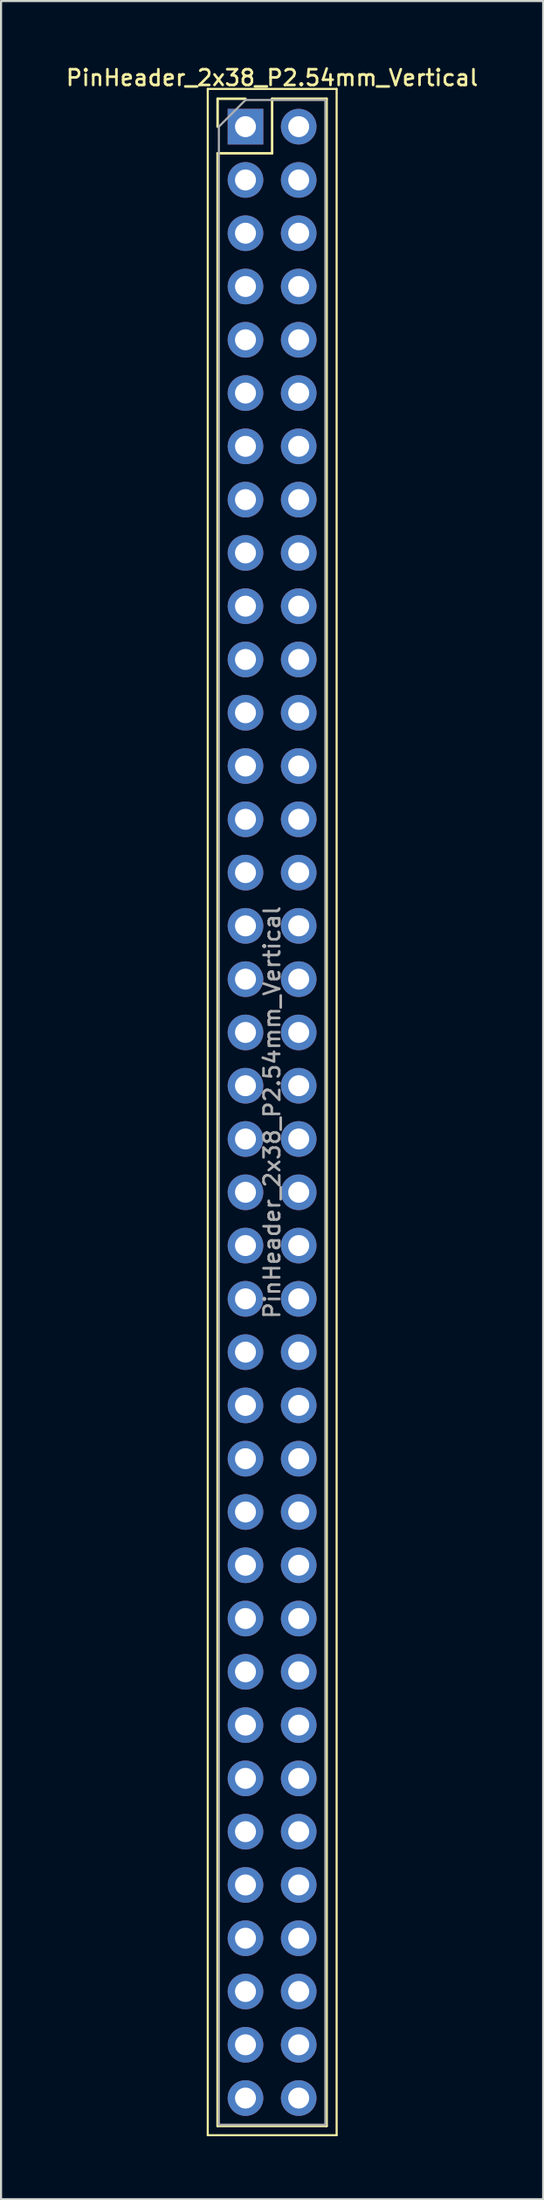
<source format=kicad_pcb>
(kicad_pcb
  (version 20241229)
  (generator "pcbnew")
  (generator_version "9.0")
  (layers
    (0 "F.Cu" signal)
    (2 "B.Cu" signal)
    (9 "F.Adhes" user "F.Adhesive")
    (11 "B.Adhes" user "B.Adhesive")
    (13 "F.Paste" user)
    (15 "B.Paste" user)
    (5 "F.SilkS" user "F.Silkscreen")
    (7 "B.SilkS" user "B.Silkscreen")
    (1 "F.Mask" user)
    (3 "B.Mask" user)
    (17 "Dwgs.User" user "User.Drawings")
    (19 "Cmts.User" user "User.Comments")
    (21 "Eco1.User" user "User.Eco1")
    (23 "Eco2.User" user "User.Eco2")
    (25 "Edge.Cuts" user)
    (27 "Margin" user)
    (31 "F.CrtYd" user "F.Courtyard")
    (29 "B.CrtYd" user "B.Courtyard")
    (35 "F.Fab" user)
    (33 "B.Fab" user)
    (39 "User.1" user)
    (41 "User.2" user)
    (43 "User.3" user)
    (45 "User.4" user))
  (footprint "PinHeader_2x38_P2.54mm_Vertical"
    (layer "F.Cu")
    (at 8.664 2.988)
    (property "Reference" "PinHeader_2x38_P2.54mm_Vertical" (at 1.27 -2.33 0) (layer "F.SilkS") (effects (font (size 0.75 0.75) (thickness 0.125))))
    (attr through_hole)
    (fp_line (start -1.8 -1.8) (end -1.8 95.75) (stroke (width 0.1) (type solid)) (layer "F.SilkS"))
    (fp_line (start -1.8 95.75) (end 4.35 95.75) (stroke (width 0.1) (type solid)) (layer "F.SilkS"))
    (fp_line (start -1.33 -1.33) (end 0 -1.33) (stroke (width 0.12) (type solid)) (layer "F.SilkS"))
    (fp_line (start -1.33 0) (end -1.33 -1.33) (stroke (width 0.12) (type solid)) (layer "F.SilkS"))
    (fp_line (start -1.33 1.27) (end -1.33 95.31) (stroke (width 0.12) (type solid)) (layer "F.SilkS"))
    (fp_line (start -1.33 1.27) (end 1.27 1.27) (stroke (width 0.12) (type solid)) (layer "F.SilkS"))
    (fp_line (start -1.33 95.31) (end 3.87 95.31) (stroke (width 0.12) (type solid)) (layer "F.SilkS"))
    (fp_line (start 1.27 -1.33) (end 3.87 -1.33) (stroke (width 0.12) (type solid)) (layer "F.SilkS"))
    (fp_line (start 1.27 1.27) (end 1.27 -1.33) (stroke (width 0.12) (type solid)) (layer "F.SilkS"))
    (fp_line (start 3.87 -1.33) (end 3.87 95.31) (stroke (width 0.12) (type solid)) (layer "F.SilkS"))
    (fp_line (start 4.35 -1.8) (end -1.8 -1.8) (stroke (width 0.1) (type solid)) (layer "F.SilkS"))
    (fp_line (start 4.35 95.75) (end 4.35 -1.8) (stroke (width 0.1) (type solid)) (layer "F.SilkS"))
    (fp_line (start -1.27 0) (end 0 -1.27) (stroke (width 0.1) (type solid)) (layer "F.Fab"))
    (fp_line (start -1.27 95.25) (end -1.27 0) (stroke (width 0.1) (type solid)) (layer "F.Fab"))
    (fp_line (start 0 -1.27) (end 3.81 -1.27) (stroke (width 0.1) (type solid)) (layer "F.Fab"))
    (fp_line (start 3.81 -1.27) (end 3.81 95.25) (stroke (width 0.1) (type solid)) (layer "F.Fab"))
    (fp_line (start 3.81 95.25) (end -1.27 95.25) (stroke (width 0.1) (type solid)) (layer "F.Fab"))
    (fp_text user "${REFERENCE}" (at 1.27 46.99 90) (layer "F.Fab") (effects (font (size 0.75 0.75) (thickness 0.125))))
    (pad "1" thru_hole rect (at 0 0) (size 1.7 1.7) (drill 1) (layers "*.Cu" "*.Mask"))
    (pad "2" thru_hole oval (at 2.54 0) (size 1.7 1.7) (drill 1) (layers "*.Cu" "*.Mask"))
    (pad "3" thru_hole oval (at 0 2.54) (size 1.7 1.7) (drill 1) (layers "*.Cu" "*.Mask"))
    (pad "4" thru_hole oval (at 2.54 2.54) (size 1.7 1.7) (drill 1) (layers "*.Cu" "*.Mask"))
    (pad "5" thru_hole oval (at 0 5.08) (size 1.7 1.7) (drill 1) (layers "*.Cu" "*.Mask"))
    (pad "6" thru_hole oval (at 2.54 5.08) (size 1.7 1.7) (drill 1) (layers "*.Cu" "*.Mask"))
    (pad "7" thru_hole oval (at 0 7.62) (size 1.7 1.7) (drill 1) (layers "*.Cu" "*.Mask"))
    (pad "8" thru_hole oval (at 2.54 7.62) (size 1.7 1.7) (drill 1) (layers "*.Cu" "*.Mask"))
    (pad "9" thru_hole oval (at 0 10.16) (size 1.7 1.7) (drill 1) (layers "*.Cu" "*.Mask"))
    (pad "10" thru_hole oval (at 2.54 10.16) (size 1.7 1.7) (drill 1) (layers "*.Cu" "*.Mask"))
    (pad "11" thru_hole oval (at 0 12.7) (size 1.7 1.7) (drill 1) (layers "*.Cu" "*.Mask"))
    (pad "12" thru_hole oval (at 2.54 12.7) (size 1.7 1.7) (drill 1) (layers "*.Cu" "*.Mask"))
    (pad "13" thru_hole oval (at 0 15.24) (size 1.7 1.7) (drill 1) (layers "*.Cu" "*.Mask"))
    (pad "14" thru_hole oval (at 2.54 15.24) (size 1.7 1.7) (drill 1) (layers "*.Cu" "*.Mask"))
    (pad "15" thru_hole oval (at 0 17.78) (size 1.7 1.7) (drill 1) (layers "*.Cu" "*.Mask"))
    (pad "16" thru_hole oval (at 2.54 17.78) (size 1.7 1.7) (drill 1) (layers "*.Cu" "*.Mask"))
    (pad "17" thru_hole oval (at 0 20.32) (size 1.7 1.7) (drill 1) (layers "*.Cu" "*.Mask"))
    (pad "18" thru_hole oval (at 2.54 20.32) (size 1.7 1.7) (drill 1) (layers "*.Cu" "*.Mask"))
    (pad "19" thru_hole oval (at 0 22.86) (size 1.7 1.7) (drill 1) (layers "*.Cu" "*.Mask"))
    (pad "20" thru_hole oval (at 2.54 22.86) (size 1.7 1.7) (drill 1) (layers "*.Cu" "*.Mask"))
    (pad "21" thru_hole oval (at 0 25.4) (size 1.7 1.7) (drill 1) (layers "*.Cu" "*.Mask"))
    (pad "22" thru_hole oval (at 2.54 25.4) (size 1.7 1.7) (drill 1) (layers "*.Cu" "*.Mask"))
    (pad "23" thru_hole oval (at 0 27.94) (size 1.7 1.7) (drill 1) (layers "*.Cu" "*.Mask"))
    (pad "24" thru_hole oval (at 2.54 27.94) (size 1.7 1.7) (drill 1) (layers "*.Cu" "*.Mask"))
    (pad "25" thru_hole oval (at 0 30.48) (size 1.7 1.7) (drill 1) (layers "*.Cu" "*.Mask"))
    (pad "26" thru_hole oval (at 2.54 30.48) (size 1.7 1.7) (drill 1) (layers "*.Cu" "*.Mask"))
    (pad "27" thru_hole oval (at 0 33.02) (size 1.7 1.7) (drill 1) (layers "*.Cu" "*.Mask"))
    (pad "28" thru_hole oval (at 2.54 33.02) (size 1.7 1.7) (drill 1) (layers "*.Cu" "*.Mask"))
    (pad "29" thru_hole oval (at 0 35.56) (size 1.7 1.7) (drill 1) (layers "*.Cu" "*.Mask"))
    (pad "30" thru_hole oval (at 2.54 35.56) (size 1.7 1.7) (drill 1) (layers "*.Cu" "*.Mask"))
    (pad "31" thru_hole oval (at 0 38.1) (size 1.7 1.7) (drill 1) (layers "*.Cu" "*.Mask"))
    (pad "32" thru_hole oval (at 2.54 38.1) (size 1.7 1.7) (drill 1) (layers "*.Cu" "*.Mask"))
    (pad "33" thru_hole oval (at 0 40.64) (size 1.7 1.7) (drill 1) (layers "*.Cu" "*.Mask"))
    (pad "34" thru_hole oval (at 2.54 40.64) (size 1.7 1.7) (drill 1) (layers "*.Cu" "*.Mask"))
    (pad "35" thru_hole oval (at 0 43.18) (size 1.7 1.7) (drill 1) (layers "*.Cu" "*.Mask"))
    (pad "36" thru_hole oval (at 2.54 43.18) (size 1.7 1.7) (drill 1) (layers "*.Cu" "*.Mask"))
    (pad "37" thru_hole oval (at 0 45.72) (size 1.7 1.7) (drill 1) (layers "*.Cu" "*.Mask"))
    (pad "38" thru_hole oval (at 2.54 45.72) (size 1.7 1.7) (drill 1) (layers "*.Cu" "*.Mask"))
    (pad "39" thru_hole oval (at 0 48.26) (size 1.7 1.7) (drill 1) (layers "*.Cu" "*.Mask"))
    (pad "40" thru_hole oval (at 2.54 48.26) (size 1.7 1.7) (drill 1) (layers "*.Cu" "*.Mask"))
    (pad "41" thru_hole oval (at 0 50.8) (size 1.7 1.7) (drill 1) (layers "*.Cu" "*.Mask"))
    (pad "42" thru_hole oval (at 2.54 50.8) (size 1.7 1.7) (drill 1) (layers "*.Cu" "*.Mask"))
    (pad "43" thru_hole oval (at 0 53.34) (size 1.7 1.7) (drill 1) (layers "*.Cu" "*.Mask"))
    (pad "44" thru_hole oval (at 2.54 53.34) (size 1.7 1.7) (drill 1) (layers "*.Cu" "*.Mask"))
    (pad "45" thru_hole oval (at 0 55.88) (size 1.7 1.7) (drill 1) (layers "*.Cu" "*.Mask"))
    (pad "46" thru_hole oval (at 2.54 55.88) (size 1.7 1.7) (drill 1) (layers "*.Cu" "*.Mask"))
    (pad "47" thru_hole oval (at 0 58.42) (size 1.7 1.7) (drill 1) (layers "*.Cu" "*.Mask"))
    (pad "48" thru_hole oval (at 2.54 58.42) (size 1.7 1.7) (drill 1) (layers "*.Cu" "*.Mask"))
    (pad "49" thru_hole oval (at 0 60.96) (size 1.7 1.7) (drill 1) (layers "*.Cu" "*.Mask"))
    (pad "50" thru_hole oval (at 2.54 60.96) (size 1.7 1.7) (drill 1) (layers "*.Cu" "*.Mask"))
    (pad "51" thru_hole oval (at 0 63.5) (size 1.7 1.7) (drill 1) (layers "*.Cu" "*.Mask"))
    (pad "52" thru_hole oval (at 2.54 63.5) (size 1.7 1.7) (drill 1) (layers "*.Cu" "*.Mask"))
    (pad "53" thru_hole oval (at 0 66.04) (size 1.7 1.7) (drill 1) (layers "*.Cu" "*.Mask"))
    (pad "54" thru_hole oval (at 2.54 66.04) (size 1.7 1.7) (drill 1) (layers "*.Cu" "*.Mask"))
    (pad "55" thru_hole oval (at 0 68.58) (size 1.7 1.7) (drill 1) (layers "*.Cu" "*.Mask"))
    (pad "56" thru_hole oval (at 2.54 68.58) (size 1.7 1.7) (drill 1) (layers "*.Cu" "*.Mask"))
    (pad "57" thru_hole oval (at 0 71.12) (size 1.7 1.7) (drill 1) (layers "*.Cu" "*.Mask"))
    (pad "58" thru_hole oval (at 2.54 71.12) (size 1.7 1.7) (drill 1) (layers "*.Cu" "*.Mask"))
    (pad "59" thru_hole oval (at 0 73.66) (size 1.7 1.7) (drill 1) (layers "*.Cu" "*.Mask"))
    (pad "60" thru_hole oval (at 2.54 73.66) (size 1.7 1.7) (drill 1) (layers "*.Cu" "*.Mask"))
    (pad "61" thru_hole oval (at 0 76.2) (size 1.7 1.7) (drill 1) (layers "*.Cu" "*.Mask"))
    (pad "62" thru_hole oval (at 2.54 76.2) (size 1.7 1.7) (drill 1) (layers "*.Cu" "*.Mask"))
    (pad "63" thru_hole oval (at 0 78.74) (size 1.7 1.7) (drill 1) (layers "*.Cu" "*.Mask"))
    (pad "64" thru_hole oval (at 2.54 78.74) (size 1.7 1.7) (drill 1) (layers "*.Cu" "*.Mask"))
    (pad "65" thru_hole oval (at 0 81.28) (size 1.7 1.7) (drill 1) (layers "*.Cu" "*.Mask"))
    (pad "66" thru_hole oval (at 2.54 81.28) (size 1.7 1.7) (drill 1) (layers "*.Cu" "*.Mask"))
    (pad "67" thru_hole oval (at 0 83.82) (size 1.7 1.7) (drill 1) (layers "*.Cu" "*.Mask"))
    (pad "68" thru_hole oval (at 2.54 83.82) (size 1.7 1.7) (drill 1) (layers "*.Cu" "*.Mask"))
    (pad "69" thru_hole oval (at 0 86.36) (size 1.7 1.7) (drill 1) (layers "*.Cu" "*.Mask"))
    (pad "70" thru_hole oval (at 2.54 86.36) (size 1.7 1.7) (drill 1) (layers "*.Cu" "*.Mask"))
    (pad "71" thru_hole oval (at 0 88.9) (size 1.7 1.7) (drill 1) (layers "*.Cu" "*.Mask"))
    (pad "72" thru_hole oval (at 2.54 88.9) (size 1.7 1.7) (drill 1) (layers "*.Cu" "*.Mask"))
    (pad "73" thru_hole oval (at 0 91.44) (size 1.7 1.7) (drill 1) (layers "*.Cu" "*.Mask"))
    (pad "74" thru_hole oval (at 2.54 91.44) (size 1.7 1.7) (drill 1) (layers "*.Cu" "*.Mask"))
    (pad "75" thru_hole oval (at 0 93.98) (size 1.7 1.7) (drill 1) (layers "*.Cu" "*.Mask"))
    (pad "76" thru_hole oval (at 2.54 93.98) (size 1.7 1.7) (drill 1) (layers "*.Cu" "*.Mask")))
  (gr_rect
    (start -3 -3)
    (end 22.868 101.788)
    (stroke (width 0.1) (type default))
    (fill no)
    (layer "Edge.Cuts")))
</source>
